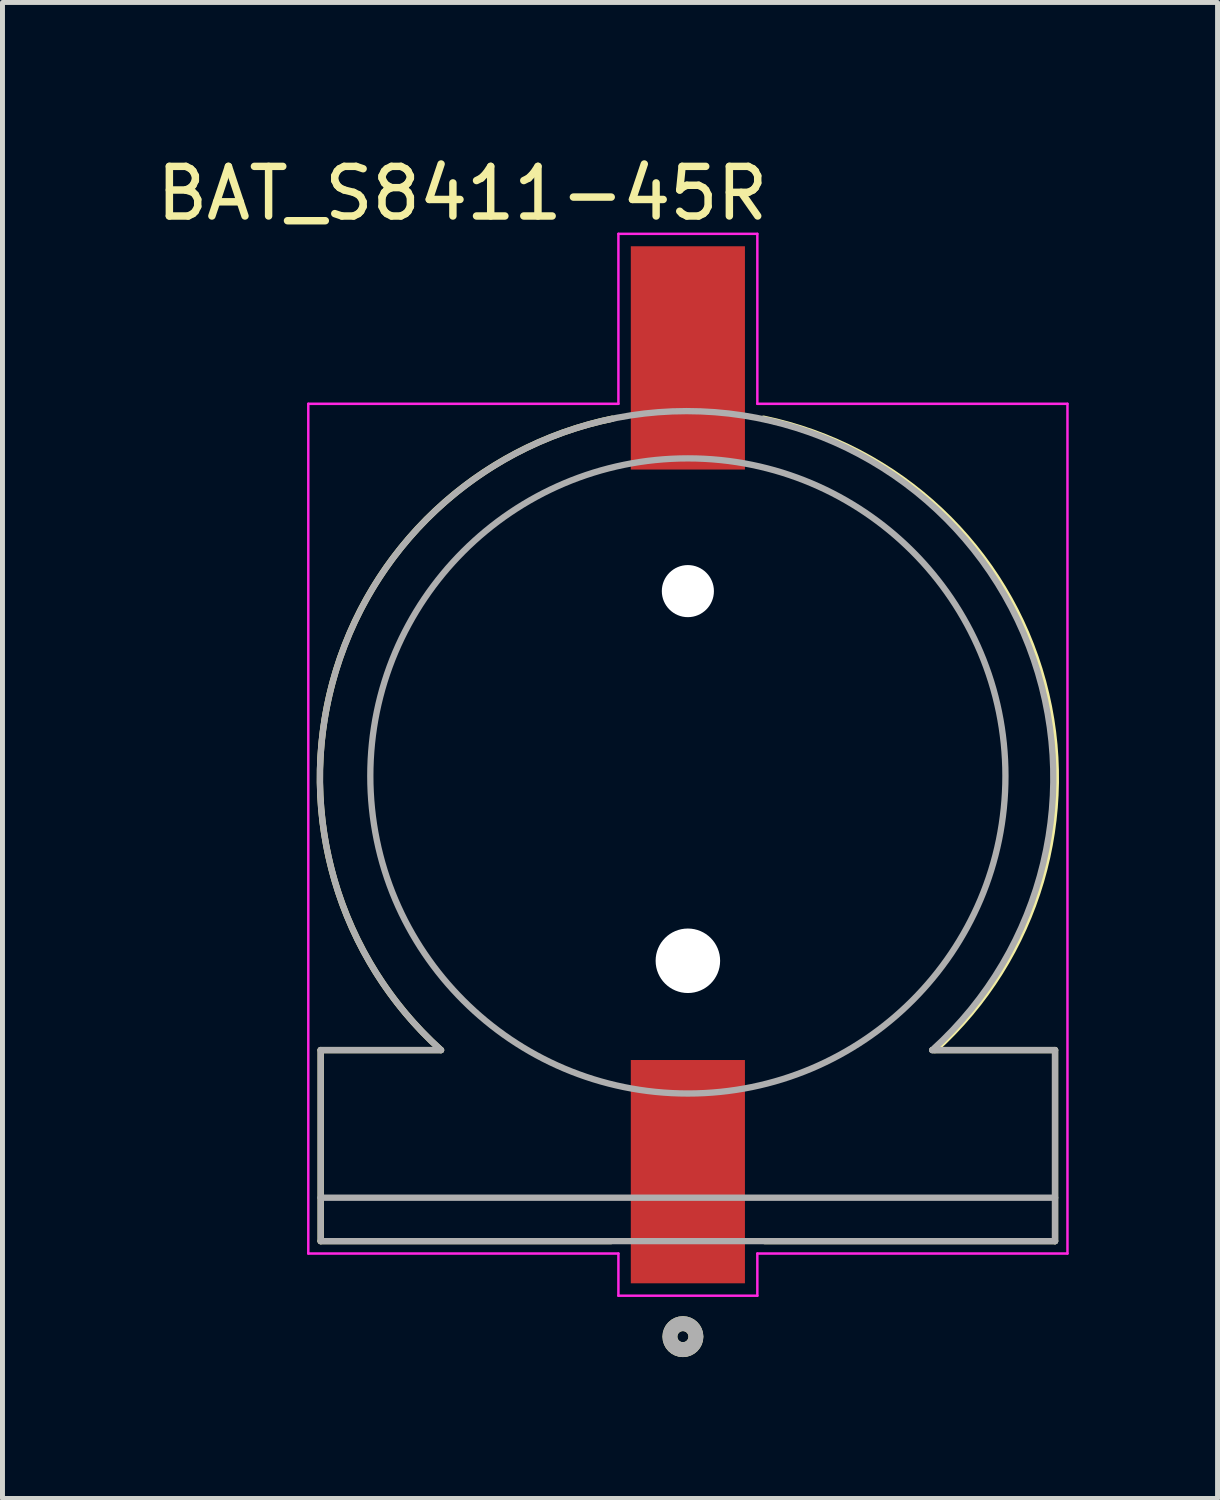
<source format=kicad_pcb>
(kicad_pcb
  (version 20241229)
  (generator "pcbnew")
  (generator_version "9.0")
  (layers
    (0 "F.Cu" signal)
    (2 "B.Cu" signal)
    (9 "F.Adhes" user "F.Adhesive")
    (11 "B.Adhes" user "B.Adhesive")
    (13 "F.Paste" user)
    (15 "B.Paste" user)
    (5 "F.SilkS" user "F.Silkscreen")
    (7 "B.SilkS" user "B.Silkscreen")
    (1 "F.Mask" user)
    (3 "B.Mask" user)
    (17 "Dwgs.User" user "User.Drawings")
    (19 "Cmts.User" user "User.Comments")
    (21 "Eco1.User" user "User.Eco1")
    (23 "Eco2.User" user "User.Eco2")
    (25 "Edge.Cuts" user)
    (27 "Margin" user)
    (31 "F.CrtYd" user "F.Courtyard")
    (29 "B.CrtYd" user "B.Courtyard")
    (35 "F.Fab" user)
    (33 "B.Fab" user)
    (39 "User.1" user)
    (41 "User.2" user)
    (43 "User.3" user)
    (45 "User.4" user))
  (footprint "BAT_S8411-45R"
    (layer "F.Cu")
    (at 10.813 12.588)
    (property "Reference" "BAT_S8411-45R" (at -4.545 -11.74 0) (layer "F.SilkS") (effects (font (size 1 1) (thickness 0.15))))
    (attr through_hole)
    (fp_line (start -7.4 5.525) (end -4.975 5.525) (stroke (width 0.127) (type solid)) (layer "F.SilkS"))
    (fp_line (start -7.4 9.375) (end -7.4 5.525) (stroke (width 0.127) (type solid)) (layer "F.SilkS"))
    (fp_line (start -7.4 9.375) (end -1.55 9.375) (stroke (width 0.127) (type solid)) (layer "F.SilkS"))
    (fp_line (start 4.925 5.525) (end 7.4 5.525) (stroke (width 0.127) (type solid)) (layer "F.SilkS"))
    (fp_line (start 7.4 5.525) (end 7.4 9.375) (stroke (width 0.127) (type solid)) (layer "F.SilkS"))
    (fp_line (start 7.4 9.375) (end 1.55 9.375) (stroke (width 0.127) (type solid)) (layer "F.SilkS"))
    (fp_arc (start -4.975 5.525) (mid -7.158498 -1.897172) (end -1.524999 -7.200001) (stroke (width 0.127) (type solid)) (layer "F.SilkS"))
    (fp_arc (start 1.524999 -7.200001) (mid 7.158498 -1.897172) (end 4.975 5.525) (stroke (width 0.127) (type solid)) (layer "F.SilkS"))
    (fp_circle (center -0.1 11.3) (end 0.012 11.3) (stroke (width 0.3) (type solid)) (fill no) (layer "F.SilkS"))
    (fp_line (start -7.65 -7.5) (end -1.4 -7.5) (stroke (width 0.05) (type solid)) (layer "F.CrtYd"))
    (fp_line (start -7.65 9.625) (end -7.65 -7.5) (stroke (width 0.05) (type solid)) (layer "F.CrtYd"))
    (fp_line (start -1.4 -10.925) (end 1.4 -10.925) (stroke (width 0.05) (type solid)) (layer "F.CrtYd"))
    (fp_line (start -1.4 -7.5) (end -1.4 -10.925) (stroke (width 0.05) (type solid)) (layer "F.CrtYd"))
    (fp_line (start -1.4 9.625) (end -7.65 9.625) (stroke (width 0.05) (type solid)) (layer "F.CrtYd"))
    (fp_line (start -1.4 10.475) (end -1.4 9.625) (stroke (width 0.05) (type solid)) (layer "F.CrtYd"))
    (fp_line (start 1.4 -10.925) (end 1.4 -7.5) (stroke (width 0.05) (type solid)) (layer "F.CrtYd"))
    (fp_line (start 1.4 -7.5) (end 7.65 -7.5) (stroke (width 0.05) (type solid)) (layer "F.CrtYd"))
    (fp_line (start 1.4 9.625) (end 1.4 10.475) (stroke (width 0.05) (type solid)) (layer "F.CrtYd"))
    (fp_line (start 1.4 10.475) (end -1.4 10.475) (stroke (width 0.05) (type solid)) (layer "F.CrtYd"))
    (fp_line (start 7.65 -7.5) (end 7.65 9.625) (stroke (width 0.05) (type solid)) (layer "F.CrtYd"))
    (fp_line (start 7.65 9.625) (end 1.4 9.625) (stroke (width 0.05) (type solid)) (layer "F.CrtYd"))
    (fp_line (start -7.4 5.525) (end -4.975 5.525) (stroke (width 0.127) (type solid)) (layer "F.Fab"))
    (fp_line (start -7.4 8.5) (end -7.4 5.525) (stroke (width 0.127) (type solid)) (layer "F.Fab"))
    (fp_line (start -7.4 9.375) (end -7.4 8.5) (stroke (width 0.127) (type solid)) (layer "F.Fab"))
    (fp_line (start 4.925 5.525) (end 7.4 5.525) (stroke (width 0.127) (type solid)) (layer "F.Fab"))
    (fp_line (start 7.4 5.525) (end 7.4 8.5) (stroke (width 0.127) (type solid)) (layer "F.Fab"))
    (fp_line (start 7.4 8.5) (end -7.4 8.5) (stroke (width 0.127) (type solid)) (layer "F.Fab"))
    (fp_line (start 7.4 8.5) (end 7.4 9.375) (stroke (width 0.127) (type solid)) (layer "F.Fab"))
    (fp_line (start 7.4 9.375) (end -7.4 9.375) (stroke (width 0.127) (type solid)) (layer "F.Fab"))
    (fp_arc (start -4.975 5.525) (mid -0.025 -7.352721) (end 4.925 5.525) (stroke (width 0.127) (type solid)) (layer "F.Fab"))
    (fp_circle (center -0.1 11.3) (end 0.012 11.3) (stroke (width 0.3) (type solid)) (fill no) (layer "F.Fab"))
    (fp_circle (center 0 0) (end 6.4 0) (stroke (width 0.127) (type solid)) (fill no) (layer "F.Fab"))
    (pad "" np_thru_hole circle (at 0 -3.725) (size 1.05 1.05) (drill 1.05) (layers "*.Cu" "*.Mask"))
    (pad "" np_thru_hole circle (at 0 3.725) (size 1.3 1.3) (drill 1.3) (layers "*.Cu" "*.Mask"))
    (pad "N" smd rect (at 0 -8.425 90) (size 4.5 2.3) (layers "F.Cu" "F.Mask" "F.Paste"))
    (pad "P" smd rect (at 0 7.975 90) (size 4.5 2.3) (layers "F.Cu" "F.Mask" "F.Paste")))
  (gr_rect
    (start -3 -3)
    (end 21.488 27.15)
    (stroke (width 0.1) (type default))
    (fill no)
    (layer "Edge.Cuts")))
</source>
